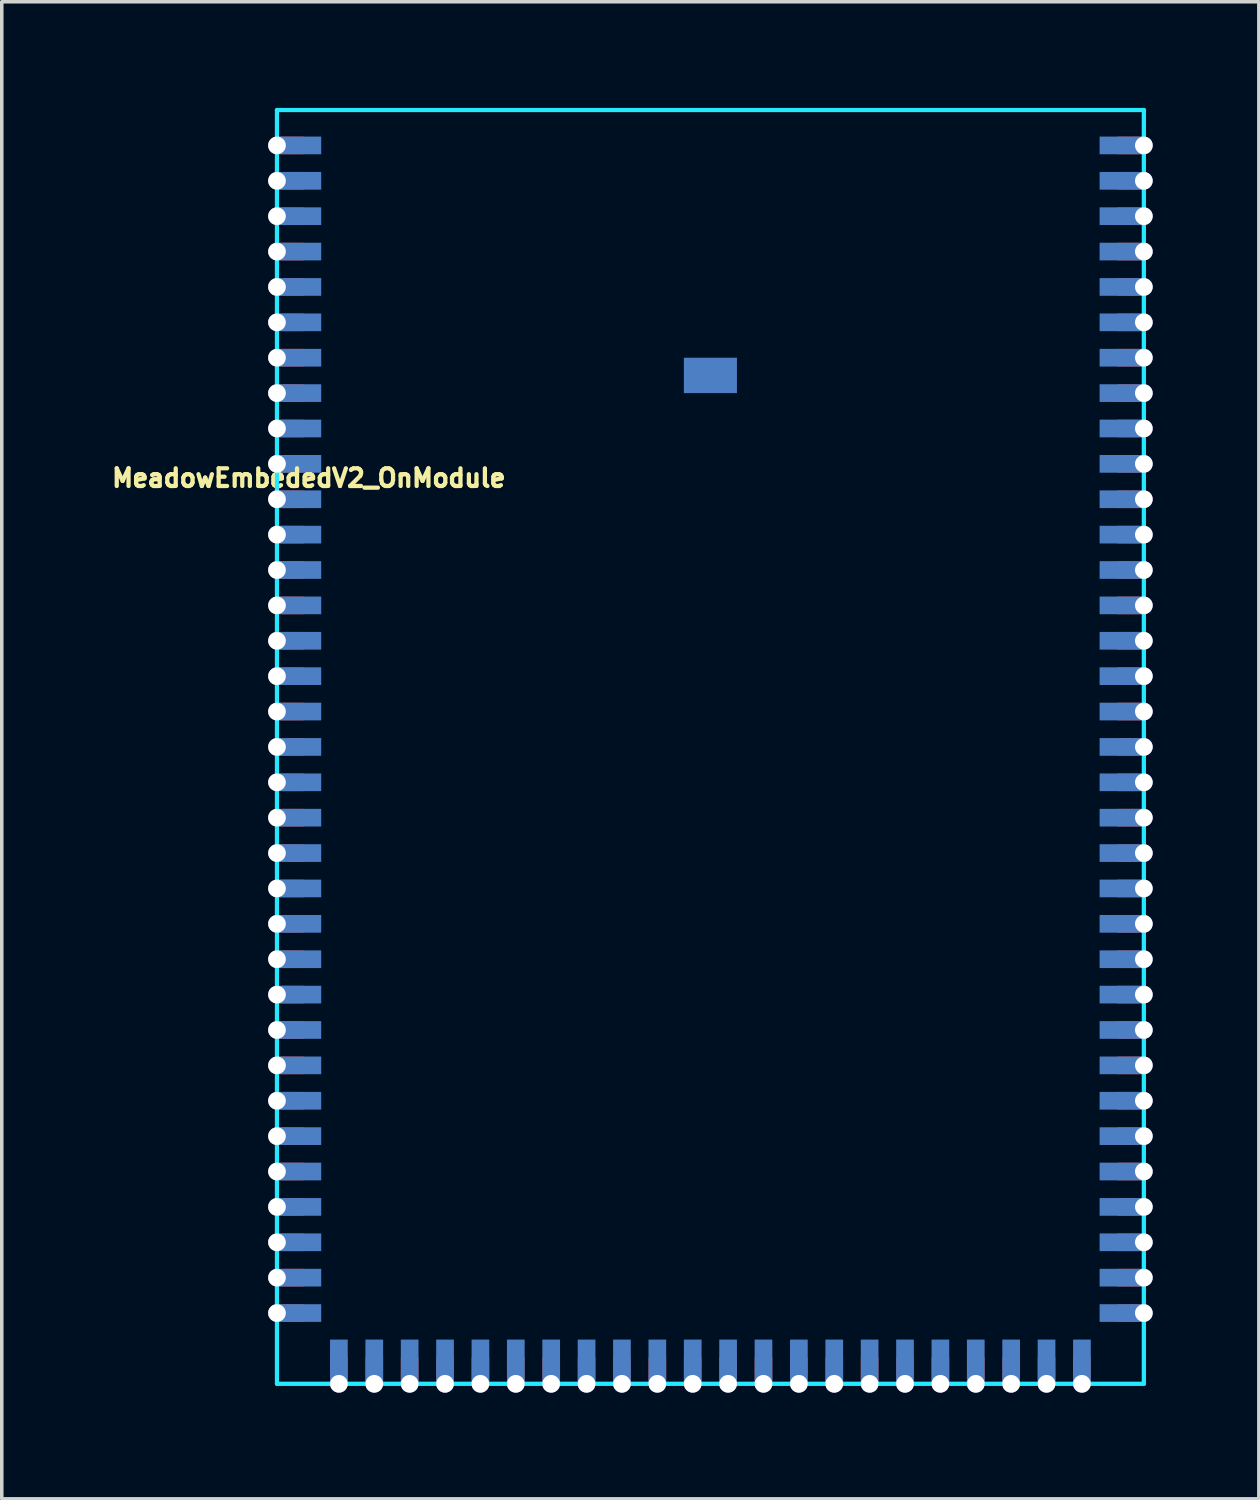
<source format=kicad_pcb>
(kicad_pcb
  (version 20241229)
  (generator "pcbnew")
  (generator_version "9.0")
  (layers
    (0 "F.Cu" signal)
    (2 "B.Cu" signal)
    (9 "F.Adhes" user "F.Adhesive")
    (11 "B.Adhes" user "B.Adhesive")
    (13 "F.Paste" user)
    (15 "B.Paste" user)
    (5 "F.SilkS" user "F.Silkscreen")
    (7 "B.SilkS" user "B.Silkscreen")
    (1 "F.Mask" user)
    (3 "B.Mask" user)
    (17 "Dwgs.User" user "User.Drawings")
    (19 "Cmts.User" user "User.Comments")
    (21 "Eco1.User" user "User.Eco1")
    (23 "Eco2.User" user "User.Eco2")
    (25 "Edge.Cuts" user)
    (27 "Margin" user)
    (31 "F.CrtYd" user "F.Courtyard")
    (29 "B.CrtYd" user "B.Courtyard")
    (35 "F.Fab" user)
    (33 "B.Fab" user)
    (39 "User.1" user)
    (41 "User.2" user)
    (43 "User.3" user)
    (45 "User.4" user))
  (footprint "MeadowEmbededV2_OnModule"
    (layer "F.Cu")
    (at 17.028 14.06)
    (property "Reference" "MeadowEmbededV2_OnModule" (at -11.35 -3.6 180) (layer "F.SilkS") (effects (font (size 0.5 0.5) (thickness 0.12))))
    (attr smd)
    (fp_line (start -12.25 -14) (end -12.25 22) (stroke (width 0.12) (type solid)) (layer "B.CrtYd"))
    (fp_line (start -12.25 22) (end 12.25 22) (stroke (width 0.12) (type solid)) (layer "B.CrtYd"))
    (fp_line (start 12.25 -14) (end -12.25 -14) (stroke (width 0.12) (type solid)) (layer "B.CrtYd"))
    (fp_line (start 12.25 22) (end 12.25 -14) (stroke (width 0.12) (type solid)) (layer "B.CrtYd"))
    (pad "1" thru_hole circle (at -12.25 -13 270) (size 0.5 0.5) (drill 0.5) (layers "*.Cu" "*.Mask"))
    (pad "1" smd rect (at -11.9 -13 90) (size 0.5 0.8) (layers "F.Cu" "F.Mask"))
    (pad "1" smd rect (at -11.65 -13 180) (size 1.3 0.5) (layers "B.Cu" "B.Mask" "B.Paste"))
    (pad "2" thru_hole circle (at -12.25 -12 270) (size 0.5 0.5) (drill 0.5) (layers "*.Cu" "*.Mask"))
    (pad "2" smd rect (at -11.9 -12 90) (size 0.5 0.8) (layers "F.Cu" "F.Mask"))
    (pad "2" smd rect (at -11.65 -12 180) (size 1.3 0.5) (layers "B.Cu" "B.Mask" "B.Paste"))
    (pad "3" thru_hole circle (at -12.25 -11 270) (size 0.5 0.5) (drill 0.5) (layers "*.Cu" "*.Mask"))
    (pad "3" smd rect (at -11.9 -11 90) (size 0.5 0.8) (layers "F.Cu" "F.Mask"))
    (pad "3" smd rect (at -11.65 -11 180) (size 1.3 0.5) (layers "B.Cu" "B.Mask" "B.Paste"))
    (pad "4" thru_hole circle (at -12.25 -10 270) (size 0.5 0.5) (drill 0.5) (layers "*.Cu" "*.Mask"))
    (pad "4" smd rect (at -11.9 -10 90) (size 0.5 0.8) (layers "F.Cu" "F.Mask"))
    (pad "4" smd rect (at -11.65 -10 180) (size 1.3 0.5) (layers "B.Cu" "B.Mask" "B.Paste"))
    (pad "5" thru_hole circle (at -12.25 -9 270) (size 0.5 0.5) (drill 0.5) (layers "*.Cu" "*.Mask"))
    (pad "5" smd rect (at -11.9 -9 90) (size 0.5 0.8) (layers "F.Cu" "F.Mask"))
    (pad "5" smd rect (at -11.65 -9 180) (size 1.3 0.5) (layers "B.Cu" "B.Mask" "B.Paste"))
    (pad "6" thru_hole circle (at -12.25 -8 270) (size 0.5 0.5) (drill 0.5) (layers "*.Cu" "*.Mask"))
    (pad "6" smd rect (at -11.9 -8 90) (size 0.5 0.8) (layers "F.Cu" "F.Mask"))
    (pad "6" smd rect (at -11.65 -8 180) (size 1.3 0.5) (layers "B.Cu" "B.Mask" "B.Paste"))
    (pad "7" thru_hole circle (at -12.25 -7 270) (size 0.5 0.5) (drill 0.5) (layers "*.Cu" "*.Mask"))
    (pad "7" smd rect (at -11.9 -7 90) (size 0.5 0.8) (layers "F.Cu" "F.Mask"))
    (pad "7" smd rect (at -11.65 -7 180) (size 1.3 0.5) (layers "B.Cu" "B.Mask" "B.Paste"))
    (pad "8" thru_hole circle (at -12.25 -6 270) (size 0.5 0.5) (drill 0.5) (layers "*.Cu" "*.Mask"))
    (pad "8" smd rect (at -11.9 -6 90) (size 0.5 0.8) (layers "F.Cu" "F.Mask"))
    (pad "8" smd rect (at -11.65 -6 180) (size 1.3 0.5) (layers "B.Cu" "B.Mask" "B.Paste"))
    (pad "9" thru_hole circle (at -12.25 -5 270) (size 0.5 0.5) (drill 0.5) (layers "*.Cu" "*.Mask"))
    (pad "9" smd rect (at -11.9 -5 90) (size 0.5 0.8) (layers "F.Cu" "F.Mask"))
    (pad "9" smd rect (at -11.65 -5 180) (size 1.3 0.5) (layers "B.Cu" "B.Mask" "B.Paste"))
    (pad "10" thru_hole circle (at -12.25 -4 270) (size 0.5 0.5) (drill 0.5) (layers "*.Cu" "*.Mask"))
    (pad "10" smd rect (at -11.9 -4 90) (size 0.5 0.8) (layers "F.Cu" "F.Mask"))
    (pad "10" smd rect (at -11.65 -4 180) (size 1.3 0.5) (layers "B.Cu" "B.Mask" "B.Paste"))
    (pad "11" thru_hole circle (at -12.25 -3 270) (size 0.5 0.5) (drill 0.5) (layers "*.Cu" "*.Mask"))
    (pad "11" smd rect (at -11.9 -3 90) (size 0.5 0.8) (layers "F.Cu" "F.Mask"))
    (pad "11" smd rect (at -11.65 -3 180) (size 1.3 0.5) (layers "B.Cu" "B.Mask" "B.Paste"))
    (pad "12" thru_hole circle (at -12.25 -2 270) (size 0.5 0.5) (drill 0.5) (layers "*.Cu" "*.Mask"))
    (pad "12" smd rect (at -11.9 -2 90) (size 0.5 0.8) (layers "F.Cu" "F.Mask"))
    (pad "12" smd rect (at -11.65 -2 180) (size 1.3 0.5) (layers "B.Cu" "B.Mask" "B.Paste"))
    (pad "13" thru_hole circle (at -12.25 -1 270) (size 0.5 0.5) (drill 0.5) (layers "*.Cu" "*.Mask"))
    (pad "13" smd rect (at -11.9 -1 90) (size 0.5 0.8) (layers "F.Cu" "F.Mask"))
    (pad "13" smd rect (at -11.65 -1 180) (size 1.3 0.5) (layers "B.Cu" "B.Mask" "B.Paste"))
    (pad "14" thru_hole circle (at -12.25 0 270) (size 0.5 0.5) (drill 0.5) (layers "*.Cu" "*.Mask"))
    (pad "14" smd rect (at -11.9 0 90) (size 0.5 0.8) (layers "F.Cu" "F.Mask"))
    (pad "14" smd rect (at -11.65 0 180) (size 1.3 0.5) (layers "B.Cu" "B.Mask" "B.Paste"))
    (pad "15" thru_hole circle (at -12.25 1 270) (size 0.5 0.5) (drill 0.5) (layers "*.Cu" "*.Mask"))
    (pad "15" smd rect (at -11.9 1 90) (size 0.5 0.8) (layers "F.Cu" "F.Mask"))
    (pad "15" smd rect (at -11.65 1 180) (size 1.3 0.5) (layers "B.Cu" "B.Mask" "B.Paste"))
    (pad "16" thru_hole circle (at -12.25 2 270) (size 0.5 0.5) (drill 0.5) (layers "*.Cu" "*.Mask"))
    (pad "16" smd rect (at -11.9 2 90) (size 0.5 0.8) (layers "F.Cu" "F.Mask"))
    (pad "16" smd rect (at -11.65 2 180) (size 1.3 0.5) (layers "B.Cu" "B.Mask" "B.Paste"))
    (pad "17" thru_hole circle (at -12.25 3 270) (size 0.5 0.5) (drill 0.5) (layers "*.Cu" "*.Mask"))
    (pad "17" smd rect (at -11.9 3 90) (size 0.5 0.8) (layers "F.Cu" "F.Mask"))
    (pad "17" smd rect (at -11.65 3 180) (size 1.3 0.5) (layers "B.Cu" "B.Mask" "B.Paste"))
    (pad "18" thru_hole circle (at -12.25 4 270) (size 0.5 0.5) (drill 0.5) (layers "*.Cu" "*.Mask"))
    (pad "18" smd rect (at -11.9 4 90) (size 0.5 0.8) (layers "F.Cu" "F.Mask"))
    (pad "18" smd rect (at -11.65 4 180) (size 1.3 0.5) (layers "B.Cu" "B.Mask" "B.Paste"))
    (pad "19" thru_hole circle (at -12.25 5 270) (size 0.5 0.5) (drill 0.5) (layers "*.Cu" "*.Mask"))
    (pad "19" smd rect (at -11.9 5 90) (size 0.5 0.8) (layers "F.Cu" "F.Mask"))
    (pad "19" smd rect (at -11.65 5 180) (size 1.3 0.5) (layers "B.Cu" "B.Mask" "B.Paste"))
    (pad "20" thru_hole circle (at -12.25 6 270) (size 0.5 0.5) (drill 0.5) (layers "*.Cu" "*.Mask"))
    (pad "20" smd rect (at -11.9 6 90) (size 0.5 0.8) (layers "F.Cu" "F.Mask"))
    (pad "20" smd rect (at -11.65 6 180) (size 1.3 0.5) (layers "B.Cu" "B.Mask" "B.Paste"))
    (pad "21" thru_hole circle (at -12.25 7 270) (size 0.5 0.5) (drill 0.5) (layers "*.Cu" "*.Mask"))
    (pad "21" smd rect (at -11.9 7 90) (size 0.5 0.8) (layers "F.Cu" "F.Mask"))
    (pad "21" smd rect (at -11.65 7 180) (size 1.3 0.5) (layers "B.Cu" "B.Mask" "B.Paste"))
    (pad "22" thru_hole circle (at -12.25 8 270) (size 0.5 0.5) (drill 0.5) (layers "*.Cu" "*.Mask"))
    (pad "22" smd rect (at -11.9 8 90) (size 0.5 0.8) (layers "F.Cu" "F.Mask"))
    (pad "22" smd rect (at -11.65 8 180) (size 1.3 0.5) (layers "B.Cu" "B.Mask" "B.Paste"))
    (pad "23" thru_hole circle (at -12.25 9 270) (size 0.5 0.5) (drill 0.5) (layers "*.Cu" "*.Mask"))
    (pad "23" smd rect (at -11.9 9 90) (size 0.5 0.8) (layers "F.Cu" "F.Mask"))
    (pad "23" smd rect (at -11.65 9 180) (size 1.3 0.5) (layers "B.Cu" "B.Mask" "B.Paste"))
    (pad "24" thru_hole circle (at -12.25 10 270) (size 0.5 0.5) (drill 0.5) (layers "*.Cu" "*.Mask"))
    (pad "24" smd rect (at -11.9 10 90) (size 0.5 0.8) (layers "F.Cu" "F.Mask"))
    (pad "24" smd rect (at -11.65 10 180) (size 1.3 0.5) (layers "B.Cu" "B.Mask" "B.Paste"))
    (pad "25" thru_hole circle (at -12.25 11 270) (size 0.5 0.5) (drill 0.5) (layers "*.Cu" "*.Mask"))
    (pad "25" smd rect (at -11.9 11 90) (size 0.5 0.8) (layers "F.Cu" "F.Mask"))
    (pad "25" smd rect (at -11.65 11 180) (size 1.3 0.5) (layers "B.Cu" "B.Mask" "B.Paste"))
    (pad "26" thru_hole circle (at -12.25 12 270) (size 0.5 0.5) (drill 0.5) (layers "*.Cu" "*.Mask"))
    (pad "26" smd rect (at -11.9 12 90) (size 0.5 0.8) (layers "F.Cu" "F.Mask"))
    (pad "26" smd rect (at -11.65 12 180) (size 1.3 0.5) (layers "B.Cu" "B.Mask" "B.Paste"))
    (pad "27" thru_hole circle (at -12.25 13 180) (size 0.5 0.5) (drill 0.5) (layers "*.Cu" "*.Mask"))
    (pad "27" smd rect (at -11.9 13 90) (size 0.5 0.8) (layers "F.Cu" "F.Mask"))
    (pad "27" smd rect (at -11.65 13 180) (size 1.3 0.5) (layers "B.Cu" "B.Mask" "B.Paste"))
    (pad "28" thru_hole circle (at -12.25 14 180) (size 0.5 0.5) (drill 0.5) (layers "*.Cu" "*.Mask"))
    (pad "28" smd rect (at -11.9 14 90) (size 0.5 0.8) (layers "F.Cu" "F.Mask"))
    (pad "28" smd rect (at -11.65 14 180) (size 1.3 0.5) (layers "B.Cu" "B.Mask" "B.Paste"))
    (pad "29" thru_hole circle (at -12.25 15 180) (size 0.5 0.5) (drill 0.5) (layers "*.Cu" "*.Mask"))
    (pad "29" smd rect (at -11.9 15 90) (size 0.5 0.8) (layers "F.Cu" "F.Mask"))
    (pad "29" smd rect (at -11.65 15 180) (size 1.3 0.5) (layers "B.Cu" "B.Mask" "B.Paste"))
    (pad "30" thru_hole circle (at -12.25 16 180) (size 0.5 0.5) (drill 0.5) (layers "*.Cu" "*.Mask"))
    (pad "30" smd rect (at -11.9 16 90) (size 0.5 0.8) (layers "F.Cu" "F.Mask"))
    (pad "30" smd rect (at -11.65 16 180) (size 1.3 0.5) (layers "B.Cu" "B.Mask" "B.Paste"))
    (pad "31" thru_hole circle (at -12.25 17 180) (size 0.5 0.5) (drill 0.5) (layers "*.Cu" "*.Mask"))
    (pad "31" smd rect (at -11.9 17 90) (size 0.5 0.8) (layers "F.Cu" "F.Mask"))
    (pad "31" smd rect (at -11.65 17 180) (size 1.3 0.5) (layers "B.Cu" "B.Mask" "B.Paste"))
    (pad "32" thru_hole circle (at -12.25 18 180) (size 0.5 0.5) (drill 0.5) (layers "*.Cu" "*.Mask"))
    (pad "32" smd rect (at -11.9 18 90) (size 0.5 0.8) (layers "F.Cu" "F.Mask"))
    (pad "32" smd rect (at -11.65 18 180) (size 1.3 0.5) (layers "B.Cu" "B.Mask" "B.Paste"))
    (pad "33" thru_hole circle (at -12.25 19 180) (size 0.5 0.5) (drill 0.5) (layers "*.Cu" "*.Mask"))
    (pad "33" smd rect (at -11.9 19 90) (size 0.5 0.8) (layers "F.Cu" "F.Mask"))
    (pad "33" smd rect (at -11.65 19 180) (size 1.3 0.5) (layers "B.Cu" "B.Mask" "B.Paste"))
    (pad "34" thru_hole circle (at -12.25 20 180) (size 0.5 0.5) (drill 0.5) (layers "*.Cu" "*.Mask"))
    (pad "34" smd rect (at -11.9 20 90) (size 0.5 0.8) (layers "F.Cu" "F.Mask"))
    (pad "34" smd rect (at -11.65 20 180) (size 1.3 0.5) (layers "B.Cu" "B.Mask" "B.Paste"))
    (pad "35" smd rect (at -10.5 21.4 270) (size 1.3 0.5) (layers "B.Cu" "B.Mask" "B.Paste"))
    (pad "35" smd rect (at -10.5 21.65) (size 0.5 0.8) (layers "F.Cu" "F.Mask"))
    (pad "35" thru_hole circle (at -10.5 22 270) (size 0.5 0.5) (drill 0.5) (layers "*.Cu" "*.Mask"))
    (pad "36" smd rect (at -9.5 21.4 270) (size 1.3 0.5) (layers "B.Cu" "B.Mask" "B.Paste"))
    (pad "36" smd rect (at -9.5 21.65) (size 0.5 0.8) (layers "F.Cu" "F.Mask"))
    (pad "36" thru_hole circle (at -9.5 22 270) (size 0.5 0.5) (drill 0.5) (layers "*.Cu" "*.Mask"))
    (pad "37" smd rect (at -8.5 21.4 270) (size 1.3 0.5) (layers "B.Cu" "B.Mask" "B.Paste"))
    (pad "37" smd rect (at -8.5 21.65) (size 0.5 0.8) (layers "F.Cu" "F.Mask"))
    (pad "37" thru_hole circle (at -8.5 22 270) (size 0.5 0.5) (drill 0.5) (layers "*.Cu" "*.Mask"))
    (pad "38" smd rect (at -7.5 21.4 270) (size 1.3 0.5) (layers "B.Cu" "B.Mask" "B.Paste"))
    (pad "38" smd rect (at -7.5 21.65) (size 0.5 0.8) (layers "F.Cu" "F.Mask"))
    (pad "38" thru_hole circle (at -7.5 22 270) (size 0.5 0.5) (drill 0.5) (layers "*.Cu" "*.Mask"))
    (pad "39" smd rect (at -6.5 21.4 270) (size 1.3 0.5) (layers "B.Cu" "B.Mask" "B.Paste"))
    (pad "39" smd rect (at -6.5 21.65) (size 0.5 0.8) (layers "F.Cu" "F.Mask"))
    (pad "39" thru_hole circle (at -6.5 22 270) (size 0.5 0.5) (drill 0.5) (layers "*.Cu" "*.Mask"))
    (pad "40" smd rect (at -5.5 21.4 270) (size 1.3 0.5) (layers "B.Cu" "B.Mask" "B.Paste"))
    (pad "40" smd rect (at -5.5 21.65) (size 0.5 0.8) (layers "F.Cu" "F.Mask"))
    (pad "40" thru_hole circle (at -5.5 22 270) (size 0.5 0.5) (drill 0.5) (layers "*.Cu" "*.Mask"))
    (pad "41" smd rect (at -4.5 21.4 270) (size 1.3 0.5) (layers "B.Cu" "B.Mask" "B.Paste"))
    (pad "41" smd rect (at -4.5 21.65) (size 0.5 0.8) (layers "F.Cu" "F.Mask"))
    (pad "41" thru_hole circle (at -4.5 22 270) (size 0.5 0.5) (drill 0.5) (layers "*.Cu" "*.Mask"))
    (pad "42" smd rect (at -3.5 21.4 270) (size 1.3 0.5) (layers "B.Cu" "B.Mask" "B.Paste"))
    (pad "42" smd rect (at -3.5 21.65) (size 0.5 0.8) (layers "F.Cu" "F.Mask"))
    (pad "42" thru_hole circle (at -3.5 22 270) (size 0.5 0.5) (drill 0.5) (layers "*.Cu" "*.Mask"))
    (pad "43" smd rect (at -2.5 21.4 270) (size 1.3 0.5) (layers "B.Cu" "B.Mask" "B.Paste"))
    (pad "43" smd rect (at -2.5 21.65) (size 0.5 0.8) (layers "F.Cu" "F.Mask"))
    (pad "43" thru_hole circle (at -2.5 22 270) (size 0.5 0.5) (drill 0.5) (layers "*.Cu" "*.Mask"))
    (pad "44" smd rect (at -1.5 21.4 270) (size 1.3 0.5) (layers "B.Cu" "B.Mask" "B.Paste"))
    (pad "44" smd rect (at -1.5 21.65) (size 0.5 0.8) (layers "F.Cu" "F.Mask"))
    (pad "44" thru_hole circle (at -1.5 22 270) (size 0.5 0.5) (drill 0.5) (layers "*.Cu" "*.Mask"))
    (pad "45" smd rect (at -0.5 21.4 270) (size 1.3 0.5) (layers "B.Cu" "B.Mask" "B.Paste"))
    (pad "45" smd rect (at -0.5 21.65) (size 0.5 0.8) (layers "F.Cu" "F.Mask"))
    (pad "45" thru_hole circle (at -0.5 22 270) (size 0.5 0.5) (drill 0.5) (layers "*.Cu" "*.Mask"))
    (pad "46" smd rect (at 0.5 21.4 270) (size 1.3 0.5) (layers "B.Cu" "B.Mask" "B.Paste"))
    (pad "46" smd rect (at 0.5 21.65) (size 0.5 0.8) (layers "F.Cu" "F.Mask"))
    (pad "46" thru_hole circle (at 0.5 22 270) (size 0.5 0.5) (drill 0.5) (layers "*.Cu" "*.Mask"))
    (pad "47" smd rect (at 1.5 21.4 270) (size 1.3 0.5) (layers "B.Cu" "B.Mask" "B.Paste"))
    (pad "47" smd rect (at 1.5 21.65) (size 0.5 0.8) (layers "F.Cu" "F.Mask"))
    (pad "47" thru_hole circle (at 1.5 22 270) (size 0.5 0.5) (drill 0.5) (layers "*.Cu" "*.Mask"))
    (pad "48" smd rect (at 2.5 21.4 270) (size 1.3 0.5) (layers "B.Cu" "B.Mask" "B.Paste"))
    (pad "48" smd rect (at 2.5 21.65) (size 0.5 0.8) (layers "F.Cu" "F.Mask"))
    (pad "48" thru_hole circle (at 2.5 22 270) (size 0.5 0.5) (drill 0.5) (layers "*.Cu" "*.Mask"))
    (pad "49" smd rect (at 3.5 21.4 270) (size 1.3 0.5) (layers "B.Cu" "B.Mask" "B.Paste"))
    (pad "49" smd rect (at 3.5 21.65) (size 0.5 0.8) (layers "F.Cu" "F.Mask"))
    (pad "49" thru_hole circle (at 3.5 22 270) (size 0.5 0.5) (drill 0.5) (layers "*.Cu" "*.Mask"))
    (pad "50" smd rect (at 4.5 21.4 270) (size 1.3 0.5) (layers "B.Cu" "B.Mask" "B.Paste"))
    (pad "50" smd rect (at 4.5 21.65) (size 0.5 0.8) (layers "F.Cu" "F.Mask"))
    (pad "50" thru_hole circle (at 4.5 22 270) (size 0.5 0.5) (drill 0.5) (layers "*.Cu" "*.Mask"))
    (pad "51" smd rect (at 5.5 21.4 270) (size 1.3 0.5) (layers "B.Cu" "B.Mask" "B.Paste"))
    (pad "51" smd rect (at 5.5 21.65) (size 0.5 0.8) (layers "F.Cu" "F.Mask"))
    (pad "51" thru_hole circle (at 5.5 22 270) (size 0.5 0.5) (drill 0.5) (layers "*.Cu" "*.Mask"))
    (pad "52" smd rect (at 6.5 21.4 270) (size 1.3 0.5) (layers "B.Cu" "B.Mask" "B.Paste"))
    (pad "52" smd rect (at 6.5 21.65) (size 0.5 0.8) (layers "F.Cu" "F.Mask"))
    (pad "52" thru_hole circle (at 6.5 22 270) (size 0.5 0.5) (drill 0.5) (layers "*.Cu" "*.Mask"))
    (pad "53" smd rect (at 7.5 21.4 270) (size 1.3 0.5) (layers "B.Cu" "B.Mask" "B.Paste"))
    (pad "53" smd rect (at 7.5 21.65) (size 0.5 0.8) (layers "F.Cu" "F.Mask"))
    (pad "53" thru_hole circle (at 7.5 22 180) (size 0.5 0.5) (drill 0.5) (layers "*.Cu" "*.Mask"))
    (pad "54" smd rect (at 8.5 21.4 270) (size 1.3 0.5) (layers "B.Cu" "B.Mask" "B.Paste"))
    (pad "54" smd rect (at 8.5 21.65) (size 0.5 0.8) (layers "F.Cu" "F.Mask"))
    (pad "54" thru_hole circle (at 8.5 22 180) (size 0.5 0.5) (drill 0.5) (layers "*.Cu" "*.Mask"))
    (pad "55" smd rect (at 9.5 21.4 270) (size 1.3 0.5) (layers "B.Cu" "B.Mask" "B.Paste"))
    (pad "55" smd rect (at 9.5 21.65) (size 0.5 0.8) (layers "F.Cu" "F.Mask"))
    (pad "55" thru_hole circle (at 9.5 22 180) (size 0.5 0.5) (drill 0.5) (layers "*.Cu" "*.Mask"))
    (pad "56" smd rect (at 10.5 21.4 270) (size 1.3 0.5) (layers "B.Cu" "B.Mask" "B.Paste"))
    (pad "56" smd rect (at 10.5 21.65) (size 0.5 0.8) (layers "F.Cu" "F.Mask"))
    (pad "56" thru_hole circle (at 10.5 22 180) (size 0.5 0.5) (drill 0.5) (layers "*.Cu" "*.Mask"))
    (pad "57" smd rect (at 11.65 20) (size 1.3 0.5) (layers "B.Cu" "B.Mask" "B.Paste"))
    (pad "57" smd rect (at 11.9 20 90) (size 0.5 0.8) (layers "F.Cu" "F.Mask"))
    (pad "57" thru_hole circle (at 12.25 20 270) (size 0.5 0.5) (drill 0.5) (layers "*.Cu" "*.Mask"))
    (pad "58" smd rect (at 11.65 19) (size 1.3 0.5) (layers "B.Cu" "B.Mask" "B.Paste"))
    (pad "58" smd rect (at 11.9 19 90) (size 0.5 0.8) (layers "F.Cu" "F.Mask"))
    (pad "58" thru_hole circle (at 12.25 19 270) (size 0.5 0.5) (drill 0.5) (layers "*.Cu" "*.Mask"))
    (pad "59" smd rect (at 11.65 18) (size 1.3 0.5) (layers "B.Cu" "B.Mask" "B.Paste"))
    (pad "59" smd rect (at 11.9 18 90) (size 0.5 0.8) (layers "F.Cu" "F.Mask"))
    (pad "59" thru_hole circle (at 12.25 18 270) (size 0.5 0.5) (drill 0.5) (layers "*.Cu" "*.Mask"))
    (pad "60" smd rect (at 11.65 17) (size 1.3 0.5) (layers "B.Cu" "B.Mask" "B.Paste"))
    (pad "60" smd rect (at 11.9 17 90) (size 0.5 0.8) (layers "F.Cu" "F.Mask"))
    (pad "60" thru_hole circle (at 12.25 17 270) (size 0.5 0.5) (drill 0.5) (layers "*.Cu" "*.Mask"))
    (pad "61" smd rect (at 11.65 16) (size 1.3 0.5) (layers "B.Cu" "B.Mask" "B.Paste"))
    (pad "61" smd rect (at 11.9 16 90) (size 0.5 0.8) (layers "F.Cu" "F.Mask"))
    (pad "61" thru_hole circle (at 12.25 16 270) (size 0.5 0.5) (drill 0.5) (layers "*.Cu" "*.Mask"))
    (pad "62" smd rect (at 11.65 15) (size 1.3 0.5) (layers "B.Cu" "B.Mask" "B.Paste"))
    (pad "62" smd rect (at 11.9 15 90) (size 0.5 0.8) (layers "F.Cu" "F.Mask"))
    (pad "62" thru_hole circle (at 12.25 15 270) (size 0.5 0.5) (drill 0.5) (layers "*.Cu" "*.Mask"))
    (pad "63" smd rect (at 11.65 14) (size 1.3 0.5) (layers "B.Cu" "B.Mask" "B.Paste"))
    (pad "63" smd rect (at 11.9 14 90) (size 0.5 0.8) (layers "F.Cu" "F.Mask"))
    (pad "63" thru_hole circle (at 12.25 14 270) (size 0.5 0.5) (drill 0.5) (layers "*.Cu" "*.Mask"))
    (pad "64" smd rect (at 11.65 13) (size 1.3 0.5) (layers "B.Cu" "B.Mask" "B.Paste"))
    (pad "64" smd rect (at 11.9 13 90) (size 0.5 0.8) (layers "F.Cu" "F.Mask"))
    (pad "64" thru_hole circle (at 12.25 13 270) (size 0.5 0.5) (drill 0.5) (layers "*.Cu" "*.Mask"))
    (pad "65" smd rect (at 11.65 12) (size 1.3 0.5) (layers "B.Cu" "B.Mask" "B.Paste"))
    (pad "65" smd rect (at 11.9 12 90) (size 0.5 0.8) (layers "F.Cu" "F.Mask"))
    (pad "65" thru_hole circle (at 12.25 12 270) (size 0.5 0.5) (drill 0.5) (layers "*.Cu" "*.Mask"))
    (pad "66" smd rect (at 11.65 11) (size 1.3 0.5) (layers "B.Cu" "B.Mask" "B.Paste"))
    (pad "66" smd rect (at 11.9 11 90) (size 0.5 0.8) (layers "F.Cu" "F.Mask"))
    (pad "66" thru_hole circle (at 12.25 11 270) (size 0.5 0.5) (drill 0.5) (layers "*.Cu" "*.Mask"))
    (pad "67" smd rect (at 11.65 10) (size 1.3 0.5) (layers "B.Cu" "B.Mask" "B.Paste"))
    (pad "67" smd rect (at 11.9 10 90) (size 0.5 0.8) (layers "F.Cu" "F.Mask"))
    (pad "67" thru_hole circle (at 12.25 10 270) (size 0.5 0.5) (drill 0.5) (layers "*.Cu" "*.Mask"))
    (pad "68" smd rect (at 11.65 9) (size 1.3 0.5) (layers "B.Cu" "B.Mask" "B.Paste"))
    (pad "68" smd rect (at 11.9 9 90) (size 0.5 0.8) (layers "F.Cu" "F.Mask"))
    (pad "68" thru_hole circle (at 12.25 9 270) (size 0.5 0.5) (drill 0.5) (layers "*.Cu" "*.Mask"))
    (pad "69" smd rect (at 11.65 8) (size 1.3 0.5) (layers "B.Cu" "B.Mask" "B.Paste"))
    (pad "69" smd rect (at 11.9 8 90) (size 0.5 0.8) (layers "F.Cu" "F.Mask"))
    (pad "69" thru_hole circle (at 12.25 8 270) (size 0.5 0.5) (drill 0.5) (layers "*.Cu" "*.Mask"))
    (pad "70" smd rect (at 11.65 7) (size 1.3 0.5) (layers "B.Cu" "B.Mask" "B.Paste"))
    (pad "70" smd rect (at 11.9 7 90) (size 0.5 0.8) (layers "F.Cu" "F.Mask"))
    (pad "70" thru_hole circle (at 12.25 7 270) (size 0.5 0.5) (drill 0.5) (layers "*.Cu" "*.Mask"))
    (pad "71" smd rect (at 11.65 6) (size 1.3 0.5) (layers "B.Cu" "B.Mask" "B.Paste"))
    (pad "71" smd rect (at 11.9 6 90) (size 0.5 0.8) (layers "F.Cu" "F.Mask"))
    (pad "71" thru_hole circle (at 12.25 6 270) (size 0.5 0.5) (drill 0.5) (layers "*.Cu" "*.Mask"))
    (pad "72" smd rect (at 11.65 5) (size 1.3 0.5) (layers "B.Cu" "B.Mask" "B.Paste"))
    (pad "72" smd rect (at 11.9 5 90) (size 0.5 0.8) (layers "F.Cu" "F.Mask"))
    (pad "72" thru_hole circle (at 12.25 5 270) (size 0.5 0.5) (drill 0.5) (layers "*.Cu" "*.Mask"))
    (pad "73" smd rect (at 11.65 4) (size 1.3 0.5) (layers "B.Cu" "B.Mask" "B.Paste"))
    (pad "73" smd rect (at 11.9 4 90) (size 0.5 0.8) (layers "F.Cu" "F.Mask"))
    (pad "73" thru_hole circle (at 12.25 4 270) (size 0.5 0.5) (drill 0.5) (layers "*.Cu" "*.Mask"))
    (pad "74" smd rect (at 11.65 3) (size 1.3 0.5) (layers "B.Cu" "B.Mask" "B.Paste"))
    (pad "74" smd rect (at 11.9 3 90) (size 0.5 0.8) (layers "F.Cu" "F.Mask"))
    (pad "74" thru_hole circle (at 12.25 3 270) (size 0.5 0.5) (drill 0.5) (layers "*.Cu" "*.Mask"))
    (pad "75" smd rect (at 11.65 2) (size 1.3 0.5) (layers "B.Cu" "B.Mask" "B.Paste"))
    (pad "75" smd rect (at 11.9 2 90) (size 0.5 0.8) (layers "F.Cu" "F.Mask"))
    (pad "75" thru_hole circle (at 12.25 2 270) (size 0.5 0.5) (drill 0.5) (layers "*.Cu" "*.Mask"))
    (pad "76" smd rect (at 11.65 1) (size 1.3 0.5) (layers "B.Cu" "B.Mask" "B.Paste"))
    (pad "76" smd rect (at 11.9 1 90) (size 0.5 0.8) (layers "F.Cu" "F.Mask"))
    (pad "76" thru_hole circle (at 12.25 1 270) (size 0.5 0.5) (drill 0.5) (layers "*.Cu" "*.Mask"))
    (pad "77" smd rect (at 11.65 0) (size 1.3 0.5) (layers "B.Cu" "B.Mask" "B.Paste"))
    (pad "77" smd rect (at 11.9 0 90) (size 0.5 0.8) (layers "F.Cu" "F.Mask"))
    (pad "77" thru_hole circle (at 12.25 0 270) (size 0.5 0.5) (drill 0.5) (layers "*.Cu" "*.Mask"))
    (pad "78" smd rect (at 11.65 -1) (size 1.3 0.5) (layers "B.Cu" "B.Mask" "B.Paste"))
    (pad "78" smd rect (at 11.9 -1 90) (size 0.5 0.8) (layers "F.Cu" "F.Mask"))
    (pad "78" thru_hole circle (at 12.25 -1 270) (size 0.5 0.5) (drill 0.5) (layers "*.Cu" "*.Mask"))
    (pad "79" smd rect (at 11.65 -2) (size 1.3 0.5) (layers "B.Cu" "B.Mask" "B.Paste"))
    (pad "79" smd rect (at 11.9 -2 90) (size 0.5 0.8) (layers "F.Cu" "F.Mask"))
    (pad "79" thru_hole circle (at 12.25 -2) (size 0.5 0.5) (drill 0.5) (layers "*.Cu" "*.Mask"))
    (pad "80" smd rect (at 11.65 -3) (size 1.3 0.5) (layers "B.Cu" "B.Mask" "B.Paste"))
    (pad "80" smd rect (at 11.9 -3 90) (size 0.5 0.8) (layers "F.Cu" "F.Mask"))
    (pad "80" thru_hole circle (at 12.25 -3) (size 0.5 0.5) (drill 0.5) (layers "*.Cu" "*.Mask"))
    (pad "81" smd rect (at 11.65 -4) (size 1.3 0.5) (layers "B.Cu" "B.Mask" "B.Paste"))
    (pad "81" smd rect (at 11.9 -4 90) (size 0.5 0.8) (layers "F.Cu" "F.Mask"))
    (pad "81" thru_hole circle (at 12.25 -4) (size 0.5 0.5) (drill 0.5) (layers "*.Cu" "*.Mask"))
    (pad "82" smd rect (at 11.65 -5) (size 1.3 0.5) (layers "B.Cu" "B.Mask" "B.Paste"))
    (pad "82" smd rect (at 11.9 -5 90) (size 0.5 0.8) (layers "F.Cu" "F.Mask"))
    (pad "82" thru_hole circle (at 12.25 -5) (size 0.5 0.5) (drill 0.5) (layers "*.Cu" "*.Mask"))
    (pad "83" smd rect (at 11.65 -6) (size 1.3 0.5) (layers "B.Cu" "B.Mask" "B.Paste"))
    (pad "83" smd rect (at 11.9 -6 90) (size 0.5 0.8) (layers "F.Cu" "F.Mask"))
    (pad "83" thru_hole circle (at 12.25 -6) (size 0.5 0.5) (drill 0.5) (layers "*.Cu" "*.Mask"))
    (pad "84" smd rect (at 11.65 -7) (size 1.3 0.5) (layers "B.Cu" "B.Mask" "B.Paste"))
    (pad "84" smd rect (at 11.9 -7 90) (size 0.5 0.8) (layers "F.Cu" "F.Mask"))
    (pad "84" thru_hole circle (at 12.25 -7) (size 0.5 0.5) (drill 0.5) (layers "*.Cu" "*.Mask"))
    (pad "85" smd rect (at 11.65 -8) (size 1.3 0.5) (layers "B.Cu" "B.Mask" "B.Paste"))
    (pad "85" smd rect (at 11.9 -8 90) (size 0.5 0.8) (layers "F.Cu" "F.Mask"))
    (pad "85" thru_hole circle (at 12.25 -8 90) (size 0.5 0.5) (drill 0.5) (layers "*.Cu" "*.Mask"))
    (pad "86" smd rect (at 11.65 -9) (size 1.3 0.5) (layers "B.Cu" "B.Mask" "B.Paste"))
    (pad "86" smd rect (at 11.9 -9 90) (size 0.5 0.8) (layers "F.Cu" "F.Mask"))
    (pad "86" thru_hole circle (at 12.25 -9 90) (size 0.5 0.5) (drill 0.5) (layers "*.Cu" "*.Mask"))
    (pad "87" smd rect (at 11.65 -10) (size 1.3 0.5) (layers "B.Cu" "B.Mask" "B.Paste"))
    (pad "87" smd rect (at 11.9 -10 90) (size 0.5 0.8) (layers "F.Cu" "F.Mask"))
    (pad "87" thru_hole circle (at 12.25 -10 90) (size 0.5 0.5) (drill 0.5) (layers "*.Cu" "*.Mask"))
    (pad "88" smd rect (at 11.65 -11) (size 1.3 0.5) (layers "B.Cu" "B.Mask" "B.Paste"))
    (pad "88" smd rect (at 11.9 -11 90) (size 0.5 0.8) (layers "F.Cu" "F.Mask"))
    (pad "88" thru_hole circle (at 12.25 -11 90) (size 0.5 0.5) (drill 0.5) (layers "*.Cu" "*.Mask"))
    (pad "89" smd rect (at 11.65 -12) (size 1.3 0.5) (layers "B.Cu" "B.Mask" "B.Paste"))
    (pad "89" smd rect (at 11.9 -12 90) (size 0.5 0.8) (layers "F.Cu" "F.Mask"))
    (pad "89" thru_hole circle (at 12.25 -12 90) (size 0.5 0.5) (drill 0.5) (layers "*.Cu" "*.Mask"))
    (pad "90" smd rect (at 11.65 -13) (size 1.3 0.5) (layers "B.Cu" "B.Mask" "B.Paste"))
    (pad "90" smd rect (at 11.9 -13 90) (size 0.5 0.8) (layers "F.Cu" "F.Mask"))
    (pad "90" thru_hole circle (at 12.25 -13 90) (size 0.5 0.5) (drill 0.5) (layers "*.Cu" "*.Mask"))
    (pad "91" smd rect (at 0 -6.5) (size 1.5 1) (layers "B.Cu" "B.Mask" "B.Paste")))
  (gr_rect
    (start -3 -3)
    (end 32.528 39.31)
    (stroke (width 0.1) (type default))
    (fill no)
    (layer "Edge.Cuts")))
</source>
